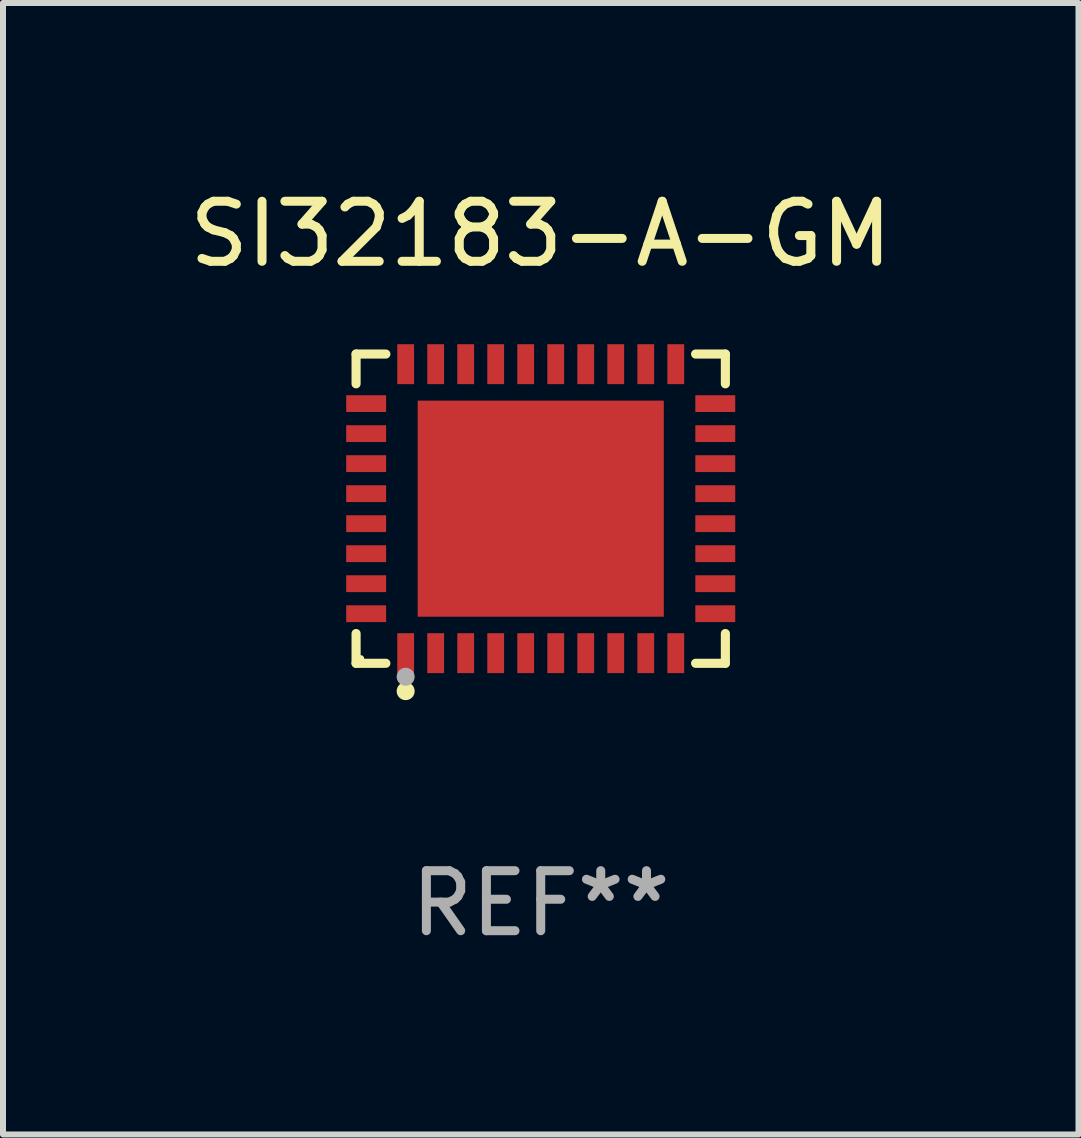
<source format=kicad_pcb>
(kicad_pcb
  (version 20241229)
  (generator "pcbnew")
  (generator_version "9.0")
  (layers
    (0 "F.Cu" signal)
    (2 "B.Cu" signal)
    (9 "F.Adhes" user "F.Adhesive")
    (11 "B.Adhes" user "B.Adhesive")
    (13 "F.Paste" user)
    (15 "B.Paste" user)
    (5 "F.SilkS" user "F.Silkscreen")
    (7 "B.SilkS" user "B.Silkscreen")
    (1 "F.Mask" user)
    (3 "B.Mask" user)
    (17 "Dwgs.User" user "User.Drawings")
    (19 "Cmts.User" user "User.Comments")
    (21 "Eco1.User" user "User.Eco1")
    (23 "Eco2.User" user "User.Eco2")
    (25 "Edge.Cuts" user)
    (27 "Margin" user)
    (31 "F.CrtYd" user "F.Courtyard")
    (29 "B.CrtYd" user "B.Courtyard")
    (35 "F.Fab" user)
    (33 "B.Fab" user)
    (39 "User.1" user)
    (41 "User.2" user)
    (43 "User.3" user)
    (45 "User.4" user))
  (footprint "SI32183-A-GM"
    (layer "F.Cu")
    (at 5.958 5.424)
    (property "Reference" "SI32183-A-GM" (at 0 -4.576 0) (layer "F.SilkS") (effects (font (size 1 1) (thickness 0.15))))
    (attr through_hole)
    (fp_line (start -3.076 -2.576) (end -2.58 -2.576) (stroke (width 0.152) (type solid)) (layer "F.SilkS"))
    (fp_line (start -3.076 -2.08) (end -3.076 -2.576) (stroke (width 0.152) (type solid)) (layer "F.SilkS"))
    (fp_line (start -3.076 2.08) (end -3.076 2.576) (stroke (width 0.152) (type solid)) (layer "F.SilkS"))
    (fp_line (start -3.076 2.576) (end -2.58 2.576) (stroke (width 0.152) (type solid)) (layer "F.SilkS"))
    (fp_line (start 3.076 -2.576) (end 2.58 -2.576) (stroke (width 0.152) (type solid)) (layer "F.SilkS"))
    (fp_line (start 3.076 -2.08) (end 3.076 -2.576) (stroke (width 0.152) (type solid)) (layer "F.SilkS"))
    (fp_line (start 3.076 2.08) (end 3.076 2.576) (stroke (width 0.152) (type solid)) (layer "F.SilkS"))
    (fp_line (start 3.076 2.576) (end 2.58 2.576) (stroke (width 0.152) (type solid)) (layer "F.SilkS"))
    (fp_circle (center -3 2.5) (end -2.97 2.5) (stroke (width 0.06) (type solid)) (fill no) (layer "F.SilkS"))
    (fp_circle (center -2.25 3.04) (end -2.175 3.04) (stroke (width 0.15) (type solid)) (fill no) (layer "F.SilkS"))
    (fp_circle (center -2.25 2.8) (end -2.175 2.8) (stroke (width 0.15) (type solid)) (fill no) (layer "F.Fab"))
    (fp_text user "REF**" (at 0 6.576 0) (layer "F.Fab") (effects (font (size 1 1) (thickness 0.15))))
    (pad "1" smd rect (at -2.25 2.407) (size 0.28 0.665) (layers "F.Cu" "F.Mask" "F.Paste"))
    (pad "2" smd rect (at -1.75 2.407) (size 0.28 0.665) (layers "F.Cu" "F.Mask" "F.Paste"))
    (pad "3" smd rect (at -1.25 2.407) (size 0.28 0.665) (layers "F.Cu" "F.Mask" "F.Paste"))
    (pad "4" smd rect (at -0.75 2.407) (size 0.28 0.665) (layers "F.Cu" "F.Mask" "F.Paste"))
    (pad "5" smd rect (at -0.25 2.407) (size 0.28 0.665) (layers "F.Cu" "F.Mask" "F.Paste"))
    (pad "6" smd rect (at 0.25 2.407) (size 0.28 0.665) (layers "F.Cu" "F.Mask" "F.Paste"))
    (pad "7" smd rect (at 0.75 2.407) (size 0.28 0.665) (layers "F.Cu" "F.Mask" "F.Paste"))
    (pad "8" smd rect (at 1.25 2.407) (size 0.28 0.665) (layers "F.Cu" "F.Mask" "F.Paste"))
    (pad "9" smd rect (at 1.75 2.407) (size 0.28 0.665) (layers "F.Cu" "F.Mask" "F.Paste"))
    (pad "10" smd rect (at 2.25 2.407) (size 0.28 0.665) (layers "F.Cu" "F.Mask" "F.Paste"))
    (pad "11" smd rect (at 2.908 1.75) (size 0.665 0.28) (layers "F.Cu" "F.Mask" "F.Paste"))
    (pad "12" smd rect (at 2.908 1.25) (size 0.665 0.28) (layers "F.Cu" "F.Mask" "F.Paste"))
    (pad "13" smd rect (at 2.908 0.75) (size 0.665 0.28) (layers "F.Cu" "F.Mask" "F.Paste"))
    (pad "14" smd rect (at 2.908 0.25) (size 0.665 0.28) (layers "F.Cu" "F.Mask" "F.Paste"))
    (pad "15" smd rect (at 2.908 -0.25) (size 0.665 0.28) (layers "F.Cu" "F.Mask" "F.Paste"))
    (pad "16" smd rect (at 2.908 -0.75) (size 0.665 0.28) (layers "F.Cu" "F.Mask" "F.Paste"))
    (pad "17" smd rect (at 2.908 -1.25) (size 0.665 0.28) (layers "F.Cu" "F.Mask" "F.Paste"))
    (pad "18" smd rect (at 2.908 -1.75) (size 0.665 0.28) (layers "F.Cu" "F.Mask" "F.Paste"))
    (pad "19" smd rect (at 2.25 -2.407) (size 0.28 0.665) (layers "F.Cu" "F.Mask" "F.Paste"))
    (pad "20" smd rect (at 1.75 -2.407) (size 0.28 0.665) (layers "F.Cu" "F.Mask" "F.Paste"))
    (pad "21" smd rect (at 1.25 -2.407) (size 0.28 0.665) (layers "F.Cu" "F.Mask" "F.Paste"))
    (pad "22" smd rect (at 0.75 -2.407) (size 0.28 0.665) (layers "F.Cu" "F.Mask" "F.Paste"))
    (pad "23" smd rect (at 0.25 -2.407) (size 0.28 0.665) (layers "F.Cu" "F.Mask" "F.Paste"))
    (pad "24" smd rect (at -0.25 -2.407) (size 0.28 0.665) (layers "F.Cu" "F.Mask" "F.Paste"))
    (pad "25" smd rect (at -0.75 -2.407) (size 0.28 0.665) (layers "F.Cu" "F.Mask" "F.Paste"))
    (pad "26" smd rect (at -1.25 -2.407) (size 0.28 0.665) (layers "F.Cu" "F.Mask" "F.Paste"))
    (pad "27" smd rect (at -1.75 -2.407) (size 0.28 0.665) (layers "F.Cu" "F.Mask" "F.Paste"))
    (pad "28" smd rect (at -2.25 -2.407) (size 0.28 0.665) (layers "F.Cu" "F.Mask" "F.Paste"))
    (pad "29" smd rect (at -2.908 -1.75) (size 0.665 0.28) (layers "F.Cu" "F.Mask" "F.Paste"))
    (pad "30" smd rect (at -2.908 -1.25) (size 0.665 0.28) (layers "F.Cu" "F.Mask" "F.Paste"))
    (pad "31" smd rect (at -2.908 -0.75) (size 0.665 0.28) (layers "F.Cu" "F.Mask" "F.Paste"))
    (pad "32" smd rect (at -2.908 -0.25) (size 0.665 0.28) (layers "F.Cu" "F.Mask" "F.Paste"))
    (pad "33" smd rect (at -2.908 0.25) (size 0.665 0.28) (layers "F.Cu" "F.Mask" "F.Paste"))
    (pad "34" smd rect (at -2.908 0.75) (size 0.665 0.28) (layers "F.Cu" "F.Mask" "F.Paste"))
    (pad "35" smd rect (at -2.908 1.25) (size 0.665 0.28) (layers "F.Cu" "F.Mask" "F.Paste"))
    (pad "36" smd rect (at -2.908 1.75) (size 0.665 0.28) (layers "F.Cu" "F.Mask" "F.Paste"))
    (pad "37" smd rect (at 0 0) (size 4.1 3.6) (layers "F.Cu" "F.Mask" "F.Paste")))
  (gr_rect
    (start -3 -3)
    (end 14.917 15.849)
    (stroke (width 0.1) (type default))
    (fill no)
    (layer "Edge.Cuts")))
</source>
